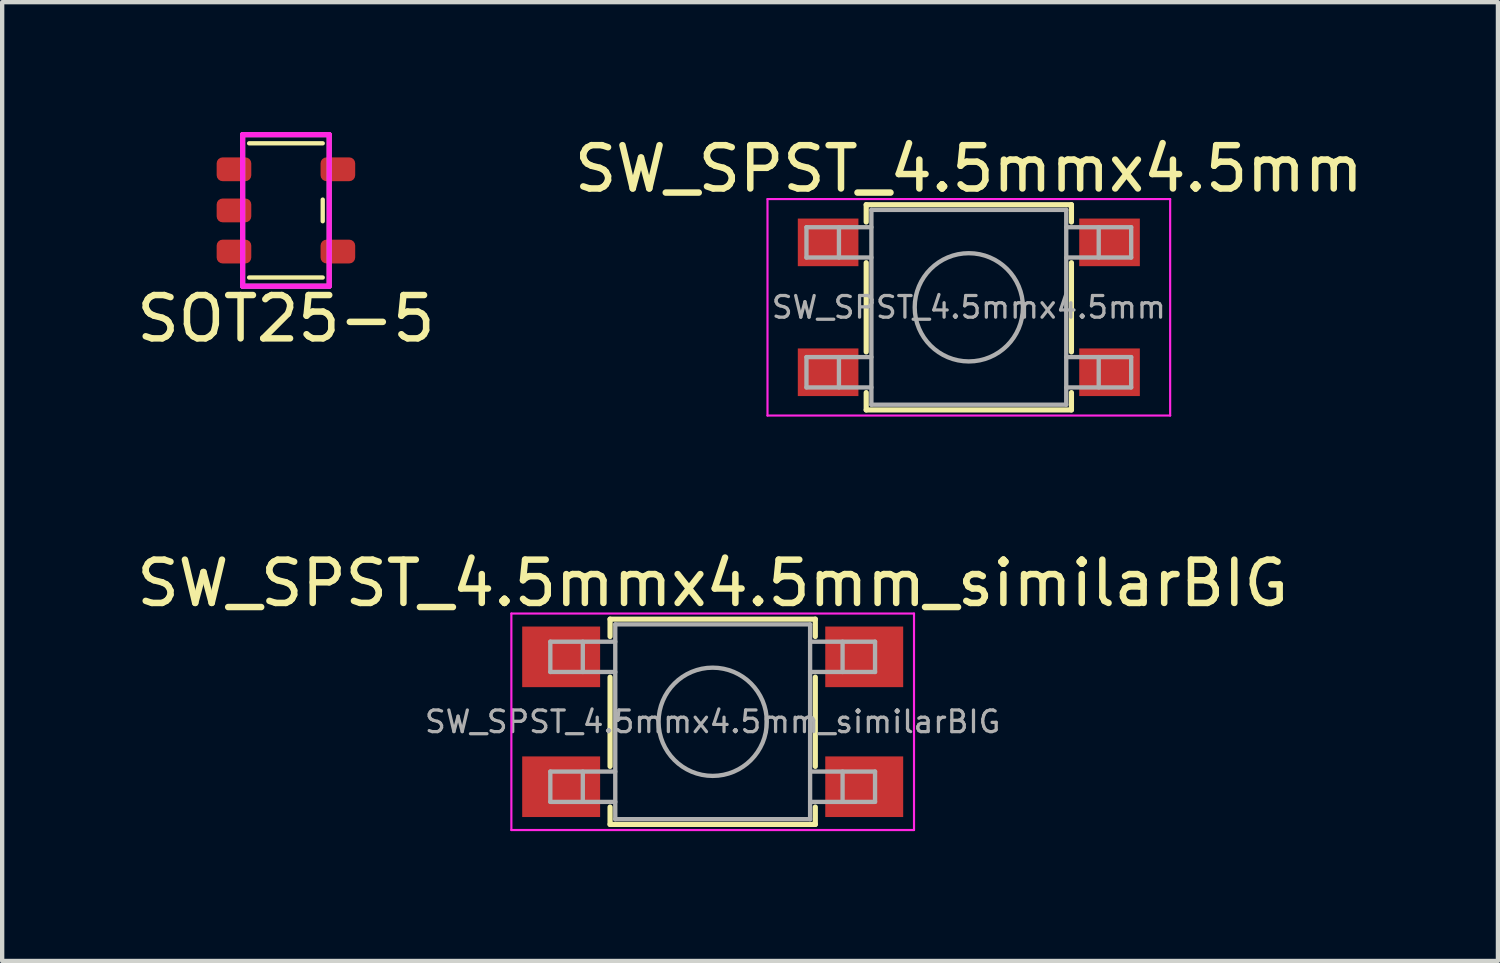
<source format=kicad_pcb>
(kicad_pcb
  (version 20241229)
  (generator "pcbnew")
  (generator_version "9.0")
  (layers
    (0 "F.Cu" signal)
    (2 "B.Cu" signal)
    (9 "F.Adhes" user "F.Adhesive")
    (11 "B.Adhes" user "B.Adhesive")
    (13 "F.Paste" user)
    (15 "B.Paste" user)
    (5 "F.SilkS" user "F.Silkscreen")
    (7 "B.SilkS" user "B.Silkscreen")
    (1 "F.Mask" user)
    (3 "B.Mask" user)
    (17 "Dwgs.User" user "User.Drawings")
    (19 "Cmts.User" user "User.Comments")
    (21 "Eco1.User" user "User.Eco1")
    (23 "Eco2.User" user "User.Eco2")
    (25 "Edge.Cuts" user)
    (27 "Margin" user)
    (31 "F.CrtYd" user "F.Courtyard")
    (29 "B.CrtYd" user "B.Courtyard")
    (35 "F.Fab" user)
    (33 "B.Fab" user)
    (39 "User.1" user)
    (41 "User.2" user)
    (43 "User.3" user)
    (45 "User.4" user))
  (footprint "SOT25-5"
    (layer "F.Cu")
    (at 3.554 1.81)
    (property "Reference" "SOT25-5" (at 0 2.5 0) (layer "F.SilkS") (effects (font (size 1 1) (thickness 0.15))))
    (attr through_hole)
    (fp_line (start -0.85 -1.55) (end 0.85 -1.55) (stroke (width 0.1) (type solid)) (layer "F.SilkS"))
    (fp_line (start -0.85 1.55) (end 0.85 1.55) (stroke (width 0.1) (type solid)) (layer "F.SilkS"))
    (fp_line (start 0.85 -0.25) (end 0.85 0.25) (stroke (width 0.1) (type solid)) (layer "F.SilkS"))
    (fp_line (start -1 -1.75) (end -1 1.75) (stroke (width 0.12) (type solid)) (layer "F.CrtYd"))
    (fp_line (start -1 1.75) (end 1 1.75) (stroke (width 0.12) (type solid)) (layer "F.CrtYd"))
    (fp_line (start 1 -1.75) (end -1 -1.75) (stroke (width 0.12) (type solid)) (layer "F.CrtYd"))
    (fp_line (start 1 1.75) (end 1 -1.75) (stroke (width 0.12) (type solid)) (layer "F.CrtYd"))
    (fp_line (start -1 -1.75) (end 1 -1.75) (stroke (width 0.12) (type solid)) (layer "F.Fab"))
    (fp_line (start -1 1.75) (end -1 -1.75) (stroke (width 0.12) (type solid)) (layer "F.Fab"))
    (fp_line (start 1 -1.75) (end 1 1.75) (stroke (width 0.12) (type solid)) (layer "F.Fab"))
    (fp_line (start 1 1.75) (end -1 1.75) (stroke (width 0.12) (type solid)) (layer "F.Fab"))
    (pad "1" smd roundrect (at -1.2 -0.95) (size 0.8 0.55) (layers "F.Cu" "F.Mask" "F.Paste") (roundrect_rratio 0.25))
    (pad "2" smd roundrect (at -1.2 0) (size 0.8 0.55) (layers "F.Cu" "F.Mask" "F.Paste") (roundrect_rratio 0.25))
    (pad "3" smd roundrect (at -1.2 0.95) (size 0.8 0.55) (layers "F.Cu" "F.Mask" "F.Paste") (roundrect_rratio 0.25))
    (pad "4" smd roundrect (at 1.2 0.95) (size 0.8 0.55) (layers "F.Cu" "F.Mask" "F.Paste") (roundrect_rratio 0.25))
    (pad "5" smd roundrect (at 1.2 -0.95) (size 0.8 0.55) (layers "F.Cu" "F.Mask" "F.Paste") (roundrect_rratio 0.25)))
  (footprint "SW_SPST_4.5mmx4.5mm"
    (layer "F.Cu")
    (at 19.327 4.048)
    (property "Reference" "SW_SPST_4.5mmx4.5mm" (at 0 -3.2 0) (layer "F.SilkS") (effects (font (size 1 1) (thickness 0.15))))
    (attr smd)
    (fp_line (start -2.37 -2.37) (end -2.37 -1.97) (stroke (width 0.12) (type solid)) (layer "F.SilkS"))
    (fp_line (start -2.37 -2.37) (end 2.37 -2.37) (stroke (width 0.12) (type solid)) (layer "F.SilkS"))
    (fp_line (start -2.37 1.03) (end -2.37 -1.03) (stroke (width 0.12) (type solid)) (layer "F.SilkS"))
    (fp_line (start -2.37 2.37) (end -2.37 1.97) (stroke (width 0.12) (type solid)) (layer "F.SilkS"))
    (fp_line (start -2.37 2.37) (end 2.37 2.37) (stroke (width 0.12) (type solid)) (layer "F.SilkS"))
    (fp_line (start 2.37 -2.37) (end 2.37 -1.97) (stroke (width 0.12) (type solid)) (layer "F.SilkS"))
    (fp_line (start 2.37 1.03) (end 2.37 -1.03) (stroke (width 0.12) (type solid)) (layer "F.SilkS"))
    (fp_line (start 2.37 2.37) (end 2.37 1.97) (stroke (width 0.12) (type solid)) (layer "F.SilkS"))
    (fp_line (start -4.65 -2.5) (end 4.65 -2.5) (stroke (width 0.05) (type solid)) (layer "F.CrtYd"))
    (fp_line (start -4.65 2.5) (end -4.65 -2.5) (stroke (width 0.05) (type solid)) (layer "F.CrtYd"))
    (fp_line (start 4.65 -2.5) (end 4.65 2.5) (stroke (width 0.05) (type solid)) (layer "F.CrtYd"))
    (fp_line (start 4.65 2.5) (end -4.65 2.5) (stroke (width 0.05) (type solid)) (layer "F.CrtYd"))
    (fp_line (start -3.75 -1.85) (end -3.75 -1.15) (stroke (width 0.1) (type solid)) (layer "F.Fab"))
    (fp_line (start -3.75 -1.15) (end -2.25 -1.15) (stroke (width 0.1) (type solid)) (layer "F.Fab"))
    (fp_line (start -3.75 1.15) (end -3.75 1.85) (stroke (width 0.1) (type solid)) (layer "F.Fab"))
    (fp_line (start -3.75 1.85) (end -2.25 1.85) (stroke (width 0.1) (type solid)) (layer "F.Fab"))
    (fp_line (start -3 -1.85) (end -3 -1.15) (stroke (width 0.1) (type solid)) (layer "F.Fab"))
    (fp_line (start -3 1.15) (end -3 1.85) (stroke (width 0.1) (type solid)) (layer "F.Fab"))
    (fp_line (start -2.25 -2.25) (end 2.25 -2.25) (stroke (width 0.1) (type solid)) (layer "F.Fab"))
    (fp_line (start -2.25 -1.85) (end -3.75 -1.85) (stroke (width 0.1) (type solid)) (layer "F.Fab"))
    (fp_line (start -2.25 1.15) (end -3.75 1.15) (stroke (width 0.1) (type solid)) (layer "F.Fab"))
    (fp_line (start -2.25 2.25) (end -2.25 -2.25) (stroke (width 0.1) (type solid)) (layer "F.Fab"))
    (fp_line (start 2.25 -2.25) (end 2.25 2.25) (stroke (width 0.1) (type solid)) (layer "F.Fab"))
    (fp_line (start 2.25 -1.15) (end 3.75 -1.15) (stroke (width 0.1) (type solid)) (layer "F.Fab"))
    (fp_line (start 2.25 1.15) (end 3.75 1.15) (stroke (width 0.1) (type solid)) (layer "F.Fab"))
    (fp_line (start 2.25 2.25) (end -2.25 2.25) (stroke (width 0.1) (type solid)) (layer "F.Fab"))
    (fp_line (start 3 -1.85) (end 3 -1.15) (stroke (width 0.1) (type solid)) (layer "F.Fab"))
    (fp_line (start 3 1.15) (end 3 1.85) (stroke (width 0.1) (type solid)) (layer "F.Fab"))
    (fp_line (start 3.75 -1.85) (end 2.25 -1.85) (stroke (width 0.1) (type solid)) (layer "F.Fab"))
    (fp_line (start 3.75 -1.15) (end 3.75 -1.85) (stroke (width 0.1) (type solid)) (layer "F.Fab"))
    (fp_line (start 3.75 1.15) (end 3.75 1.85) (stroke (width 0.1) (type solid)) (layer "F.Fab"))
    (fp_line (start 3.75 1.85) (end 2.25 1.85) (stroke (width 0.1) (type solid)) (layer "F.Fab"))
    (fp_circle (center 0 0) (end 1.25 0) (stroke (width 0.1) (type solid)) (fill no) (layer "F.Fab"))
    (fp_text user "${REFERENCE}" (at 0 0 0) (layer "F.Fab") (effects (font (size 0.5 0.5) (thickness 0.075))))
    (pad "1" smd rect (at -3.25 -1.5) (size 1.4 1.1) (layers "F.Cu" "F.Mask" "F.Paste"))
    (pad "1" smd rect (at 3.25 -1.5) (size 1.4 1.1) (layers "F.Cu" "F.Mask" "F.Paste"))
    (pad "2" smd rect (at -3.25 1.5) (size 1.4 1.1) (layers "F.Cu" "F.Mask" "F.Paste"))
    (pad "2" smd rect (at 3.25 1.5) (size 1.4 1.1) (layers "F.Cu" "F.Mask" "F.Paste")))
  (footprint "SW_SPST_4.5mmx4.5mm_similarBIG"
    (layer "F.Cu")
    (at 13.411 13.621)
    (property "Reference" "SW_SPST_4.5mmx4.5mm_similarBIG" (at 0 -3.2 0) (layer "F.SilkS") (effects (font (size 1 1) (thickness 0.15))))
    (attr smd)
    (fp_line (start -2.37 -2.37) (end -2.37 -1.97) (stroke (width 0.12) (type solid)) (layer "F.SilkS"))
    (fp_line (start -2.37 -2.37) (end 2.37 -2.37) (stroke (width 0.12) (type solid)) (layer "F.SilkS"))
    (fp_line (start -2.37 1.03) (end -2.37 -1.03) (stroke (width 0.12) (type solid)) (layer "F.SilkS"))
    (fp_line (start -2.37 2.37) (end -2.37 1.97) (stroke (width 0.12) (type solid)) (layer "F.SilkS"))
    (fp_line (start -2.37 2.37) (end 2.37 2.37) (stroke (width 0.12) (type solid)) (layer "F.SilkS"))
    (fp_line (start 2.37 -2.37) (end 2.37 -1.97) (stroke (width 0.12) (type solid)) (layer "F.SilkS"))
    (fp_line (start 2.37 1.03) (end 2.37 -1.03) (stroke (width 0.12) (type solid)) (layer "F.SilkS"))
    (fp_line (start 2.37 2.37) (end 2.37 1.97) (stroke (width 0.12) (type solid)) (layer "F.SilkS"))
    (fp_line (start -4.65 -2.5) (end 4.65 -2.5) (stroke (width 0.05) (type solid)) (layer "F.CrtYd"))
    (fp_line (start -4.65 2.5) (end -4.65 -2.5) (stroke (width 0.05) (type solid)) (layer "F.CrtYd"))
    (fp_line (start 4.65 -2.5) (end 4.65 2.5) (stroke (width 0.05) (type solid)) (layer "F.CrtYd"))
    (fp_line (start 4.65 2.5) (end -4.65 2.5) (stroke (width 0.05) (type solid)) (layer "F.CrtYd"))
    (fp_line (start -3.75 -1.85) (end -3.75 -1.15) (stroke (width 0.1) (type solid)) (layer "F.Fab"))
    (fp_line (start -3.75 -1.15) (end -2.25 -1.15) (stroke (width 0.1) (type solid)) (layer "F.Fab"))
    (fp_line (start -3.75 1.15) (end -3.75 1.85) (stroke (width 0.1) (type solid)) (layer "F.Fab"))
    (fp_line (start -3.75 1.85) (end -2.25 1.85) (stroke (width 0.1) (type solid)) (layer "F.Fab"))
    (fp_line (start -3 -1.85) (end -3 -1.15) (stroke (width 0.1) (type solid)) (layer "F.Fab"))
    (fp_line (start -3 1.15) (end -3 1.85) (stroke (width 0.1) (type solid)) (layer "F.Fab"))
    (fp_line (start -2.25 -2.25) (end 2.25 -2.25) (stroke (width 0.1) (type solid)) (layer "F.Fab"))
    (fp_line (start -2.25 -1.85) (end -3.75 -1.85) (stroke (width 0.1) (type solid)) (layer "F.Fab"))
    (fp_line (start -2.25 1.15) (end -3.75 1.15) (stroke (width 0.1) (type solid)) (layer "F.Fab"))
    (fp_line (start -2.25 2.25) (end -2.25 -2.25) (stroke (width 0.1) (type solid)) (layer "F.Fab"))
    (fp_line (start 2.25 -2.25) (end 2.25 2.25) (stroke (width 0.1) (type solid)) (layer "F.Fab"))
    (fp_line (start 2.25 -1.15) (end 3.75 -1.15) (stroke (width 0.1) (type solid)) (layer "F.Fab"))
    (fp_line (start 2.25 1.15) (end 3.75 1.15) (stroke (width 0.1) (type solid)) (layer "F.Fab"))
    (fp_line (start 2.25 2.25) (end -2.25 2.25) (stroke (width 0.1) (type solid)) (layer "F.Fab"))
    (fp_line (start 3 -1.85) (end 3 -1.15) (stroke (width 0.1) (type solid)) (layer "F.Fab"))
    (fp_line (start 3 1.15) (end 3 1.85) (stroke (width 0.1) (type solid)) (layer "F.Fab"))
    (fp_line (start 3.75 -1.85) (end 2.25 -1.85) (stroke (width 0.1) (type solid)) (layer "F.Fab"))
    (fp_line (start 3.75 -1.15) (end 3.75 -1.85) (stroke (width 0.1) (type solid)) (layer "F.Fab"))
    (fp_line (start 3.75 1.15) (end 3.75 1.85) (stroke (width 0.1) (type solid)) (layer "F.Fab"))
    (fp_line (start 3.75 1.85) (end 2.25 1.85) (stroke (width 0.1) (type solid)) (layer "F.Fab"))
    (fp_circle (center 0 0) (end 1.25 0) (stroke (width 0.1) (type solid)) (fill no) (layer "F.Fab"))
    (fp_text user "${REFERENCE}" (at 0 0 0) (layer "F.Fab") (effects (font (size 0.5 0.5) (thickness 0.075))))
    (pad "1" smd rect (at -3.5 -1.5) (size 1.8 1.4) (layers "F.Cu" "F.Mask" "F.Paste"))
    (pad "1" smd rect (at 3.5 -1.5) (size 1.8 1.4) (layers "F.Cu" "F.Mask" "F.Paste"))
    (pad "2" smd rect (at -3.5 1.5) (size 1.8 1.4) (layers "F.Cu" "F.Mask" "F.Paste"))
    (pad "2" smd rect (at 3.5 1.5) (size 1.8 1.4) (layers "F.Cu" "F.Mask" "F.Paste")))
  (gr_rect
    (start -3 -3)
    (end 31.548 19.146)
    (stroke (width 0.1) (type default))
    (fill no)
    (layer "Edge.Cuts")))
</source>
